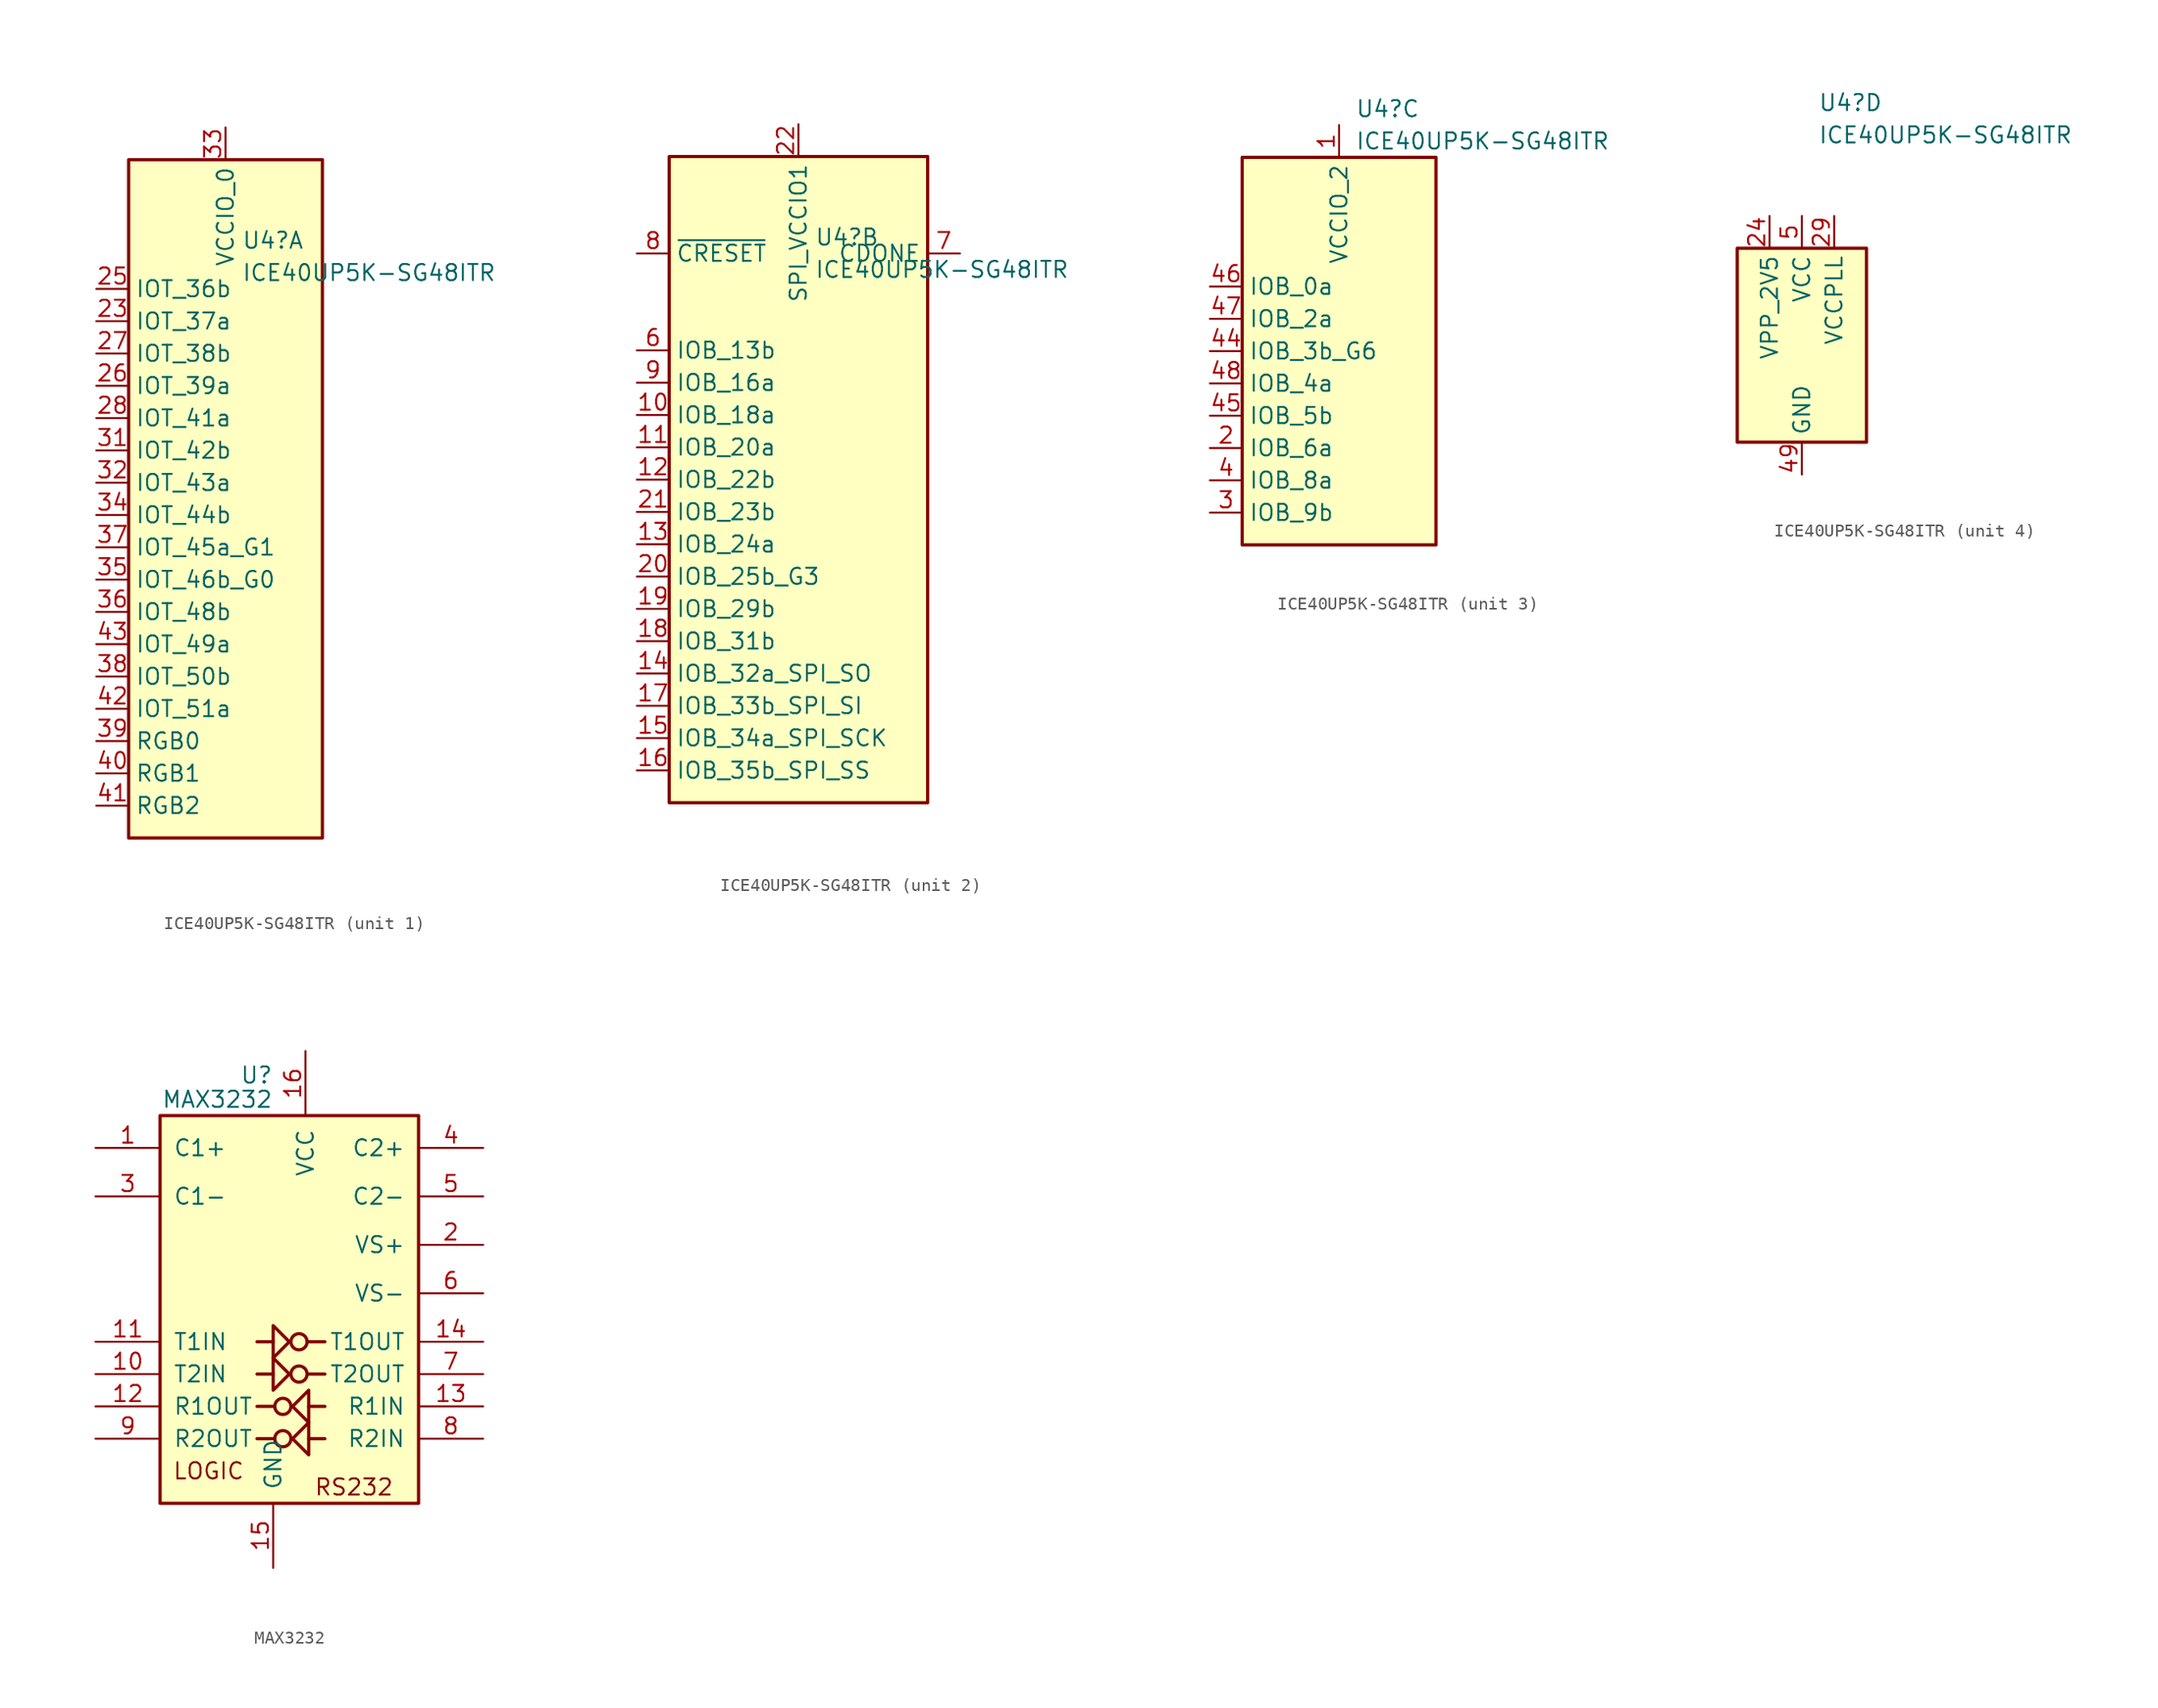
<source format=kicad_sym>
(kicad_symbol_lib
  (version 20220914)
  (generator kicad_symbol_editor)
  (symbol "ICE40UP5K-SG48ITR"
    (property "Reference" "U4"
      (at 1.27 19.05 0)
      (effects (font (size 1.27 1.27)) (justify left)))
    (property "Value" "ICE40UP5K-SG48ITR"
      (at 1.27 16.51 0)
      (effects (font (size 1.27 1.27)) (justify left)))
    (property "ki_locked" ""
      (at 0 0 0)
      (effects (font (size 1.27 1.27))))
    (symbol "ICE40UP5K-SG48ITR_1_1"
      (rectangle (start -7.62 25.4) (end 7.62 -27.94) (stroke (width 0.254) (type default)) (fill (type background)))
      (pin bidirectional line (at -10.16 12.7 0) (length 2.54) (name "IOT_37a" (effects (font (size 1.27 1.27)))) (number "23" (effects (font (size 1.27 1.27)))))
      (pin bidirectional line (at -10.16 15.24 0) (length 2.54) (name "IOT_36b" (effects (font (size 1.27 1.27)))) (number "25" (effects (font (size 1.27 1.27)))))
      (pin bidirectional line (at -10.16 7.62 0) (length 2.54) (name "IOT_39a" (effects (font (size 1.27 1.27)))) (number "26" (effects (font (size 1.27 1.27)))))
      (pin bidirectional line (at -10.16 10.16 0) (length 2.54) (name "IOT_38b" (effects (font (size 1.27 1.27)))) (number "27" (effects (font (size 1.27 1.27)))))
      (pin bidirectional line (at -10.16 5.08 0) (length 2.54) (name "IOT_41a" (effects (font (size 1.27 1.27)))) (number "28" (effects (font (size 1.27 1.27)))))
      (pin bidirectional line (at -10.16 2.54 0) (length 2.54) (name "IOT_42b" (effects (font (size 1.27 1.27)))) (number "31" (effects (font (size 1.27 1.27)))))
      (pin bidirectional line (at -10.16 0 0) (length 2.54) (name "IOT_43a" (effects (font (size 1.27 1.27)))) (number "32" (effects (font (size 1.27 1.27)))))
      (pin power_in line (at 0 27.94 270) (length 2.54) (name "VCCIO_0" (effects (font (size 1.27 1.27)))) (number "33" (effects (font (size 1.27 1.27)))))
      (pin bidirectional line (at -10.16 -2.54 0) (length 2.54) (name "IOT_44b" (effects (font (size 1.27 1.27)))) (number "34" (effects (font (size 1.27 1.27)))))
      (pin bidirectional line (at -10.16 -7.62 0) (length 2.54) (name "IOT_46b_G0" (effects (font (size 1.27 1.27)))) (number "35" (effects (font (size 1.27 1.27)))))
      (pin bidirectional line (at -10.16 -10.16 0) (length 2.54) (name "IOT_48b" (effects (font (size 1.27 1.27)))) (number "36" (effects (font (size 1.27 1.27)))))
      (pin bidirectional line (at -10.16 -5.08 0) (length 2.54) (name "IOT_45a_G1" (effects (font (size 1.27 1.27)))) (number "37" (effects (font (size 1.27 1.27)))))
      (pin bidirectional line (at -10.16 -15.24 0) (length 2.54) (name "IOT_50b" (effects (font (size 1.27 1.27)))) (number "38" (effects (font (size 1.27 1.27)))))
      (pin open_collector line (at -10.16 -20.32 0) (length 2.54) (name "RGB0" (effects (font (size 1.27 1.27)))) (number "39" (effects (font (size 1.27 1.27)))))
      (pin open_collector line (at -10.16 -22.86 0) (length 2.54) (name "RGB1" (effects (font (size 1.27 1.27)))) (number "40" (effects (font (size 1.27 1.27)))))
      (pin open_collector line (at -10.16 -25.4 0) (length 2.54) (name "RGB2" (effects (font (size 1.27 1.27)))) (number "41" (effects (font (size 1.27 1.27)))))
      (pin bidirectional line (at -10.16 -17.78 0) (length 2.54) (name "IOT_51a" (effects (font (size 1.27 1.27)))) (number "42" (effects (font (size 1.27 1.27)))))
      (pin bidirectional line (at -10.16 -12.7 0) (length 2.54) (name "IOT_49a" (effects (font (size 1.27 1.27)))) (number "43" (effects (font (size 1.27 1.27))))))
    (symbol "ICE40UP5K-SG48ITR_2_1"
      (rectangle (start -10.16 25.4) (end 10.16 -25.4) (stroke (width 0.254) (type default)) (fill (type background)))
      (pin bidirectional line (at -12.7 5.08 0) (length 2.54) (name "IOB_18a" (effects (font (size 1.27 1.27)))) (number "10" (effects (font (size 1.27 1.27)))))
      (pin bidirectional line (at -12.7 2.54 0) (length 2.54) (name "IOB_20a" (effects (font (size 1.27 1.27)))) (number "11" (effects (font (size 1.27 1.27)))))
      (pin bidirectional line (at -12.7 0 0) (length 2.54) (name "IOB_22b" (effects (font (size 1.27 1.27)))) (number "12" (effects (font (size 1.27 1.27)))))
      (pin bidirectional line (at -12.7 -5.08 0) (length 2.54) (name "IOB_24a" (effects (font (size 1.27 1.27)))) (number "13" (effects (font (size 1.27 1.27)))))
      (pin bidirectional line (at -12.7 -15.24 0) (length 2.54) (name "IOB_32a_SPI_SO" (effects (font (size 1.27 1.27)))) (number "14" (effects (font (size 1.27 1.27)))))
      (pin bidirectional line (at -12.7 -20.32 0) (length 2.54) (name "IOB_34a_SPI_SCK" (effects (font (size 1.27 1.27)))) (number "15" (effects (font (size 1.27 1.27)))))
      (pin bidirectional line (at -12.7 -22.86 0) (length 2.54) (name "IOB_35b_SPI_SS" (effects (font (size 1.27 1.27)))) (number "16" (effects (font (size 1.27 1.27)))))
      (pin bidirectional line (at -12.7 -17.78 0) (length 2.54) (name "IOB_33b_SPI_SI" (effects (font (size 1.27 1.27)))) (number "17" (effects (font (size 1.27 1.27)))))
      (pin bidirectional line (at -12.7 -12.7 0) (length 2.54) (name "IOB_31b" (effects (font (size 1.27 1.27)))) (number "18" (effects (font (size 1.27 1.27)))))
      (pin bidirectional line (at -12.7 -10.16 0) (length 2.54) (name "IOB_29b" (effects (font (size 1.27 1.27)))) (number "19" (effects (font (size 1.27 1.27)))))
      (pin bidirectional line (at -12.7 -7.62 0) (length 2.54) (name "IOB_25b_G3" (effects (font (size 1.27 1.27)))) (number "20" (effects (font (size 1.27 1.27)))))
      (pin bidirectional line (at -12.7 -2.54 0) (length 2.54) (name "IOB_23b" (effects (font (size 1.27 1.27)))) (number "21" (effects (font (size 1.27 1.27)))))
      (pin power_in line (at 0 27.94 270) (length 2.54) (name "SPI_VCCIO1" (effects (font (size 1.27 1.27)))) (number "22" (effects (font (size 1.27 1.27)))))
      (pin bidirectional line (at -12.7 10.16 0) (length 2.54) (name "IOB_13b" (effects (font (size 1.27 1.27)))) (number "6" (effects (font (size 1.27 1.27)))))
      (pin open_collector line (at 12.7 17.78 180) (length 2.54) (name "CDONE" (effects (font (size 1.27 1.27)))) (number "7" (effects (font (size 1.27 1.27)))))
      (pin input line (at -12.7 17.78 0) (length 2.54) (name "~{CRESET}" (effects (font (size 1.27 1.27)))) (number "8" (effects (font (size 1.27 1.27)))))
      (pin bidirectional line (at -12.7 7.62 0) (length 2.54) (name "IOB_16a" (effects (font (size 1.27 1.27)))) (number "9" (effects (font (size 1.27 1.27))))))
    (symbol "ICE40UP5K-SG48ITR_3_1"
      (rectangle (start -7.62 15.24) (end 7.62 -15.24) (stroke (width 0.254) (type default)) (fill (type background)))
      (pin power_in line (at 0 17.78 270) (length 2.54) (name "VCCIO_2" (effects (font (size 1.27 1.27)))) (number "1" (effects (font (size 1.27 1.27)))))
      (pin bidirectional line (at -10.16 -7.62 0) (length 2.54) (name "IOB_6a" (effects (font (size 1.27 1.27)))) (number "2" (effects (font (size 1.27 1.27)))))
      (pin bidirectional line (at -10.16 -12.7 0) (length 2.54) (name "IOB_9b" (effects (font (size 1.27 1.27)))) (number "3" (effects (font (size 1.27 1.27)))))
      (pin bidirectional line (at -10.16 -10.16 0) (length 2.54) (name "IOB_8a" (effects (font (size 1.27 1.27)))) (number "4" (effects (font (size 1.27 1.27)))))
      (pin bidirectional line (at -10.16 0 0) (length 2.54) (name "IOB_3b_G6" (effects (font (size 1.27 1.27)))) (number "44" (effects (font (size 1.27 1.27)))))
      (pin bidirectional line (at -10.16 -5.08 0) (length 2.54) (name "IOB_5b" (effects (font (size 1.27 1.27)))) (number "45" (effects (font (size 1.27 1.27)))))
      (pin bidirectional line (at -10.16 5.08 0) (length 2.54) (name "IOB_0a" (effects (font (size 1.27 1.27)))) (number "46" (effects (font (size 1.27 1.27)))))
      (pin bidirectional line (at -10.16 2.54 0) (length 2.54) (name "IOB_2a" (effects (font (size 1.27 1.27)))) (number "47" (effects (font (size 1.27 1.27)))))
      (pin bidirectional line (at -10.16 -2.54 0) (length 2.54) (name "IOB_4a" (effects (font (size 1.27 1.27)))) (number "48" (effects (font (size 1.27 1.27))))))
    (symbol "ICE40UP5K-SG48ITR_4_1"
      (rectangle (start -5.08 7.62) (end 5.08 -7.62) (stroke (width 0.254) (type default)) (fill (type background)))
      (pin power_in line (at -2.54 10.16 270) (length 2.54) (name "VPP_2V5" (effects (font (size 1.27 1.27)))) (number "24" (effects (font (size 1.27 1.27)))))
      (pin power_out line (at 2.54 10.16 270) (length 2.54) (name "VCCPLL" (effects (font (size 1.27 1.27)))) (number "29" (effects (font (size 1.27 1.27)))))
      (pin passive line (at 0 10.16 270) (length 2.54) hide (name "VCC" (effects (font (size 1.27 1.27)))) (number "30" (effects (font (size 1.27 1.27)))))
      (pin power_in line (at 0 -10.16 90) (length 2.54) (name "GND" (effects (font (size 1.27 1.27)))) (number "49" (effects (font (size 1.27 1.27)))))
      (pin power_in line (at 0 10.16 270) (length 2.54) (name "VCC" (effects (font (size 1.27 1.27)))) (number "5" (effects (font (size 1.27 1.27)))))))
  (symbol "MAX3232"
    (pin_names
      (offset 1.016))
    (property "Reference" "U"
      (at -1.27 18.415 0)
      (effects (font (size 1.27 1.27)) (justify right)))
    (property "Value" "MAX3232"
      (at -1.27 16.51 0)
      (effects (font (size 1.27 1.27)) (justify right)))
    (symbol "MAX3232_0_0"
      (text "LOGIC" (at -6.35 -12.7 0) (effects (font (size 1.27 1.27))))
      (text "RS232" (at 5.08 -13.97 0) (effects (font (size 1.27 1.27)))))
    (symbol "MAX3232_0_1"
      (rectangle (start -10.16 15.24) (end 10.16 -15.24) (stroke (width 0.254) (type default)) (fill (type background)))
      (circle (center -0.508 -10.16) (radius 0.635) (stroke (width 0.254) (type default)) (fill (type none)))
      (circle (center -0.508 -7.62) (radius 0.635) (stroke (width 0.254) (type default)) (fill (type none)))
      (polyline (pts (xy -1.27 -10.16) (xy -2.54 -10.16)) (stroke (width 0.254) (type default)) (fill (type none)))
      (polyline (pts (xy -1.27 -7.62) (xy -2.54 -7.62)) (stroke (width 0.254) (type default)) (fill (type none)))
      (polyline (pts (xy -1.27 -5.08) (xy -2.54 -5.08)) (stroke (width 0.254) (type default)) (fill (type none)))
      (polyline (pts (xy -1.27 -2.54) (xy -2.54 -2.54)) (stroke (width 0.254) (type default)) (fill (type none)))
      (polyline (pts (xy 1.524 -10.16) (xy 2.794 -10.16)) (stroke (width 0.254) (type default)) (fill (type none)))
      (polyline (pts (xy 1.524 -7.62) (xy 2.794 -7.62)) (stroke (width 0.254) (type default)) (fill (type none)))
      (polyline (pts (xy 1.524 -5.08) (xy 2.794 -5.08)) (stroke (width 0.254) (type default)) (fill (type none)))
      (polyline (pts (xy 1.524 -2.54) (xy 2.794 -2.54)) (stroke (width 0.254) (type default)) (fill (type none)))
      (polyline (pts (xy -1.27 -3.81) (xy -1.27 -6.35) (xy 0 -5.08) (xy -1.27 -3.81)) (stroke (width 0.254) (type default)) (fill (type none)))
      (polyline (pts (xy -1.27 -1.27) (xy -1.27 -3.81) (xy 0 -2.54) (xy -1.27 -1.27)) (stroke (width 0.254) (type default)) (fill (type none)))
      (polyline (pts (xy 1.524 -11.43) (xy 1.524 -8.89) (xy 0.254 -10.16) (xy 1.524 -11.43)) (stroke (width 0.254) (type default)) (fill (type none)))
      (polyline (pts (xy 1.524 -8.89) (xy 1.524 -6.35) (xy 0.254 -7.62) (xy 1.524 -8.89)) (stroke (width 0.254) (type default)) (fill (type none)))
      (circle (center 0.762 -5.08) (radius 0.635) (stroke (width 0.254) (type default)) (fill (type none)))
      (circle (center 0.762 -2.54) (radius 0.635) (stroke (width 0.254) (type default)) (fill (type none))))
    (symbol "MAX3232_1_1"
      (pin passive line (at -15.24 12.7 0) (length 5.08) (name "C1+" (effects (font (size 1.27 1.27)))) (number "1" (effects (font (size 1.27 1.27)))))
      (pin input line (at -15.24 -5.08 0) (length 5.08) (name "T2IN" (effects (font (size 1.27 1.27)))) (number "10" (effects (font (size 1.27 1.27)))))
      (pin input line (at -15.24 -2.54 0) (length 5.08) (name "T1IN" (effects (font (size 1.27 1.27)))) (number "11" (effects (font (size 1.27 1.27)))))
      (pin output line (at -15.24 -7.62 0) (length 5.08) (name "R1OUT" (effects (font (size 1.27 1.27)))) (number "12" (effects (font (size 1.27 1.27)))))
      (pin input line (at 15.24 -7.62 180) (length 5.08) (name "R1IN" (effects (font (size 1.27 1.27)))) (number "13" (effects (font (size 1.27 1.27)))))
      (pin output line (at 15.24 -2.54 180) (length 5.08) (name "T1OUT" (effects (font (size 1.27 1.27)))) (number "14" (effects (font (size 1.27 1.27)))))
      (pin power_in line (at -1.27 -20.32 90) (length 5.08) (name "GND" (effects (font (size 1.27 1.27)))) (number "15" (effects (font (size 1.27 1.27)))))
      (pin power_in line (at 1.27 20.32 270) (length 5.08) (name "VCC" (effects (font (size 1.27 1.27)))) (number "16" (effects (font (size 1.27 1.27)))))
      (pin power_out line (at 15.24 5.08 180) (length 5.08) (name "VS+" (effects (font (size 1.27 1.27)))) (number "2" (effects (font (size 1.27 1.27)))))
      (pin passive line (at -15.24 8.89 0) (length 5.08) (name "C1-" (effects (font (size 1.27 1.27)))) (number "3" (effects (font (size 1.27 1.27)))))
      (pin passive line (at 15.24 12.7 180) (length 5.08) (name "C2+" (effects (font (size 1.27 1.27)))) (number "4" (effects (font (size 1.27 1.27)))))
      (pin passive line (at 15.24 8.89 180) (length 5.08) (name "C2-" (effects (font (size 1.27 1.27)))) (number "5" (effects (font (size 1.27 1.27)))))
      (pin power_out line (at 15.24 1.27 180) (length 5.08) (name "VS-" (effects (font (size 1.27 1.27)))) (number "6" (effects (font (size 1.27 1.27)))))
      (pin output line (at 15.24 -5.08 180) (length 5.08) (name "T2OUT" (effects (font (size 1.27 1.27)))) (number "7" (effects (font (size 1.27 1.27)))))
      (pin input line (at 15.24 -10.16 180) (length 5.08) (name "R2IN" (effects (font (size 1.27 1.27)))) (number "8" (effects (font (size 1.27 1.27)))))
      (pin output line (at -15.24 -10.16 0) (length 5.08) (name "R2OUT" (effects (font (size 1.27 1.27)))) (number "9" (effects (font (size 1.27 1.27))))))))
</source>
